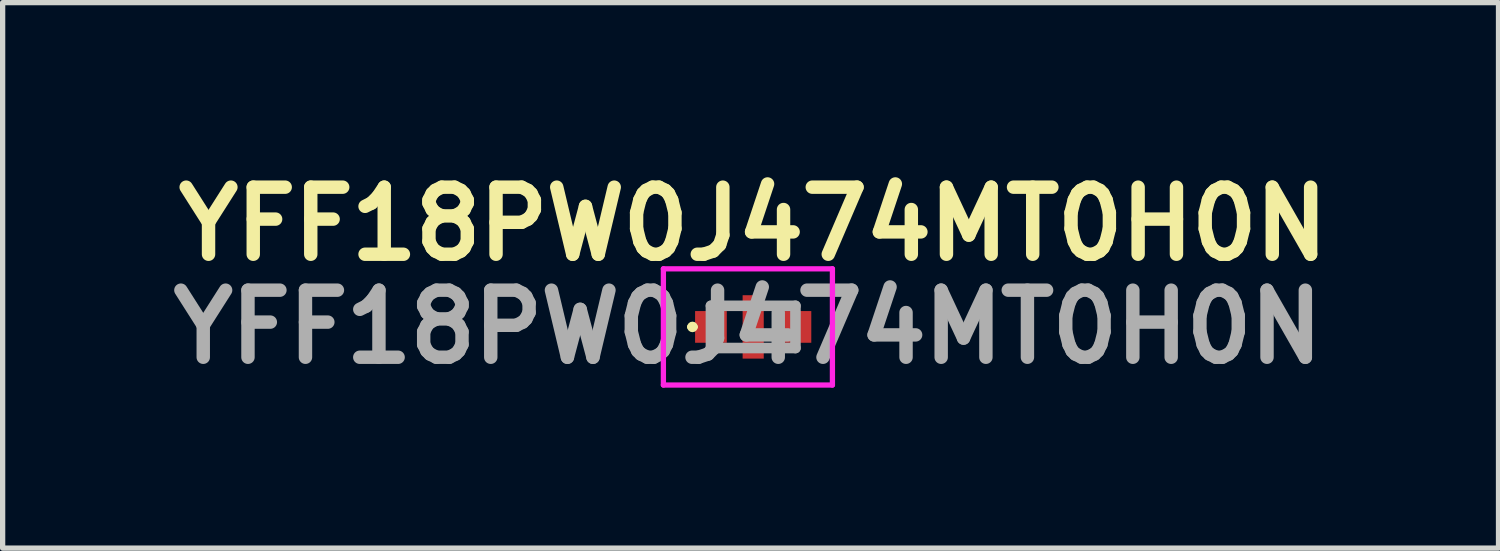
<source format=kicad_pcb>
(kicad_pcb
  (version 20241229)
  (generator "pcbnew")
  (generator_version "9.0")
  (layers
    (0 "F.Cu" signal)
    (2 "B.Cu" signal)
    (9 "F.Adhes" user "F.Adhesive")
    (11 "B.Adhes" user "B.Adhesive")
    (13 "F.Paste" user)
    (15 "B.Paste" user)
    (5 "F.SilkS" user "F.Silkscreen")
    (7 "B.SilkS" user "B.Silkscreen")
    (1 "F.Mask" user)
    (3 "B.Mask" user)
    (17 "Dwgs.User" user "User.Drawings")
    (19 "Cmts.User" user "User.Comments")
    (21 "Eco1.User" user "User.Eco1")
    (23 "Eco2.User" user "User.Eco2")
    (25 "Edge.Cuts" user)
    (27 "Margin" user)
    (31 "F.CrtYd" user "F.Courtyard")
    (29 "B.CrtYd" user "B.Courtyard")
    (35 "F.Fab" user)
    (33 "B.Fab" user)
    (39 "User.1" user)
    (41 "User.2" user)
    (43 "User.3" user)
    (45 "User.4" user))
  (footprint "YFF18PW0J474MT0H0N"
    (layer "F.Cu")
    (at 11.209 3.139)
    (property "Reference" "YFF18PW0J474MT0H0N" (at 0 -1.95 0) (layer "F.SilkS") (effects (font (size 1.27 1.27) (thickness 0.254))))
    (attr smd)
    (fp_line (start -1.2 0) (end -1.2 0) (stroke (width 0.1) (type solid)) (layer "F.SilkS"))
    (fp_line (start -1.1 0) (end -1.1 0) (stroke (width 0.1) (type solid)) (layer "F.SilkS"))
    (fp_line (start -0.8 -0.4) (end -0.7 -0.4) (stroke (width 0.1) (type solid)) (layer "F.SilkS"))
    (fp_line (start -0.8 0.4) (end -0.7 0.4) (stroke (width 0.1) (type solid)) (layer "F.SilkS"))
    (fp_line (start 0.7 -0.4) (end 0.8 -0.4) (stroke (width 0.1) (type solid)) (layer "F.SilkS"))
    (fp_line (start 0.7 0.4) (end 0.8 0.4) (stroke (width 0.1) (type solid)) (layer "F.SilkS"))
    (fp_arc (start -1.2 0) (mid -1.15 -0.05) (end -1.1 0) (stroke (width 0.1) (type solid)) (layer "F.SilkS"))
    (fp_arc (start -1.1 0) (mid -1.15 0.05) (end -1.2 0) (stroke (width 0.1) (type solid)) (layer "F.SilkS"))
    (fp_line (start -1.7 -1.1) (end 1.5 -1.1) (stroke (width 0.1) (type solid)) (layer "F.CrtYd"))
    (fp_line (start -1.7 1.1) (end -1.7 -1.1) (stroke (width 0.1) (type solid)) (layer "F.CrtYd"))
    (fp_line (start 1.5 -1.1) (end 1.5 1.1) (stroke (width 0.1) (type solid)) (layer "F.CrtYd"))
    (fp_line (start 1.5 1.1) (end -1.7 1.1) (stroke (width 0.1) (type solid)) (layer "F.CrtYd"))
    (fp_line (start -0.8 -0.4) (end 0.8 -0.4) (stroke (width 0.2) (type solid)) (layer "F.Fab"))
    (fp_line (start -0.8 0.4) (end -0.8 -0.4) (stroke (width 0.2) (type solid)) (layer "F.Fab"))
    (fp_line (start 0.8 -0.4) (end 0.8 0.4) (stroke (width 0.2) (type solid)) (layer "F.Fab"))
    (fp_line (start 0.8 0.4) (end -0.8 0.4) (stroke (width 0.2) (type solid)) (layer "F.Fab"))
    (fp_text user "${REFERENCE}" (at -0.1 0 0) (layer "F.Fab") (effects (font (size 1.27 1.27) (thickness 0.254))))
    (pad "1" smd rect (at -0.8 0 90) (size 0.6 0.6) (layers "F.Cu" "F.Mask" "F.Paste"))
    (pad "2" smd rect (at 0 0 90) (size 1.2 0.4) (layers "F.Cu" "F.Mask" "F.Paste"))
    (pad "3" smd rect (at 0.8 0 90) (size 0.6 0.6) (layers "F.Cu" "F.Mask" "F.Paste")))
  (gr_rect
    (start -3 -3)
    (end 25.319 7.327)
    (stroke (width 0.1) (type default))
    (fill no)
    (layer "Edge.Cuts")))
</source>
